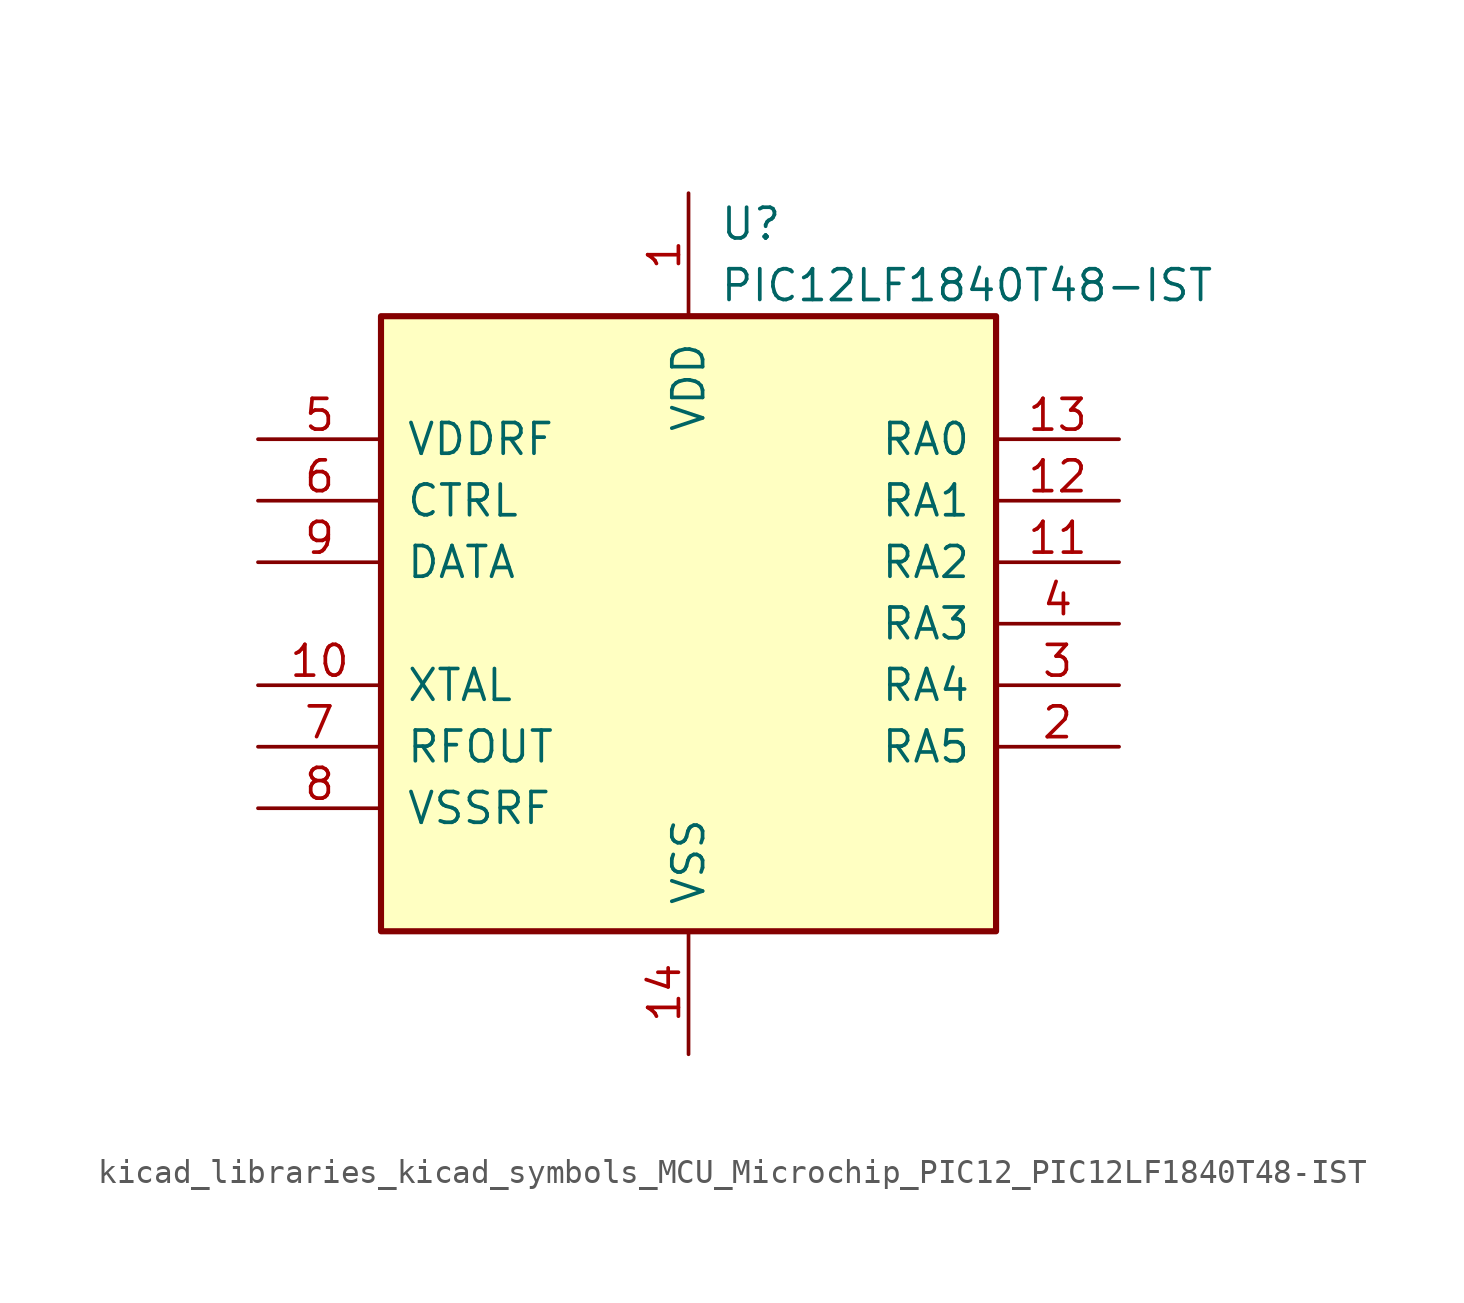
<source format=kicad_sym>
(kicad_symbol_lib
  (version 20220914)
  (generator kicad_symbol_editor)
  (symbol "kicad_libraries_kicad_symbols_MCU_Microchip_PIC12_PIC12LF1840T48-IST"
    (pin_names
      (offset 1.016))
    (property "Reference" "U"
      (at 1.27 16.51 0)
      (effects (font (size 1.27 1.27)) (justify left)))
    (property "Value" "PIC12LF1840T48-IST"
      (at 1.27 13.97 0)
      (effects (font (size 1.27 1.27)) (justify left)))
    (symbol "kicad_libraries_kicad_symbols_MCU_Microchip_PIC12_PIC12LF1840T48-IST_0_1"
      (rectangle (start 12.7 -12.7) (end -12.7 12.7) (stroke (width 0.254) (type default)) (fill (type background))))
    (symbol "kicad_libraries_kicad_symbols_MCU_Microchip_PIC12_PIC12LF1840T48-IST_1_1"
      (pin power_in line (at 0 17.78 270) (length 5.08) (name "VDD" (effects (font (size 1.27 1.27)))) (number "1" (effects (font (size 1.27 1.27)))))
      (pin input line (at -17.78 -2.54 0) (length 5.08) (name "XTAL" (effects (font (size 1.27 1.27)))) (number "10" (effects (font (size 1.27 1.27)))))
      (pin bidirectional line (at 17.78 2.54 180) (length 5.08) (name "RA2" (effects (font (size 1.27 1.27)))) (number "11" (effects (font (size 1.27 1.27)))))
      (pin bidirectional line (at 17.78 5.08 180) (length 5.08) (name "RA1" (effects (font (size 1.27 1.27)))) (number "12" (effects (font (size 1.27 1.27)))))
      (pin bidirectional line (at 17.78 7.62 180) (length 5.08) (name "RA0" (effects (font (size 1.27 1.27)))) (number "13" (effects (font (size 1.27 1.27)))))
      (pin power_in line (at 0 -17.78 90) (length 5.08) (name "VSS" (effects (font (size 1.27 1.27)))) (number "14" (effects (font (size 1.27 1.27)))))
      (pin bidirectional line (at 17.78 -5.08 180) (length 5.08) (name "RA5" (effects (font (size 1.27 1.27)))) (number "2" (effects (font (size 1.27 1.27)))))
      (pin bidirectional line (at 17.78 -2.54 180) (length 5.08) (name "RA4" (effects (font (size 1.27 1.27)))) (number "3" (effects (font (size 1.27 1.27)))))
      (pin input line (at 17.78 0 180) (length 5.08) (name "RA3" (effects (font (size 1.27 1.27)))) (number "4" (effects (font (size 1.27 1.27)))))
      (pin power_in line (at -17.78 7.62 0) (length 5.08) (name "VDDRF" (effects (font (size 1.27 1.27)))) (number "5" (effects (font (size 1.27 1.27)))))
      (pin input line (at -17.78 5.08 0) (length 5.08) (name "CTRL" (effects (font (size 1.27 1.27)))) (number "6" (effects (font (size 1.27 1.27)))))
      (pin input line (at -17.78 -5.08 0) (length 5.08) (name "RFOUT" (effects (font (size 1.27 1.27)))) (number "7" (effects (font (size 1.27 1.27)))))
      (pin power_in line (at -17.78 -7.62 0) (length 5.08) (name "VSSRF" (effects (font (size 1.27 1.27)))) (number "8" (effects (font (size 1.27 1.27)))))
      (pin input line (at -17.78 2.54 0) (length 5.08) (name "DATA" (effects (font (size 1.27 1.27)))) (number "9" (effects (font (size 1.27 1.27))))))))
</source>
